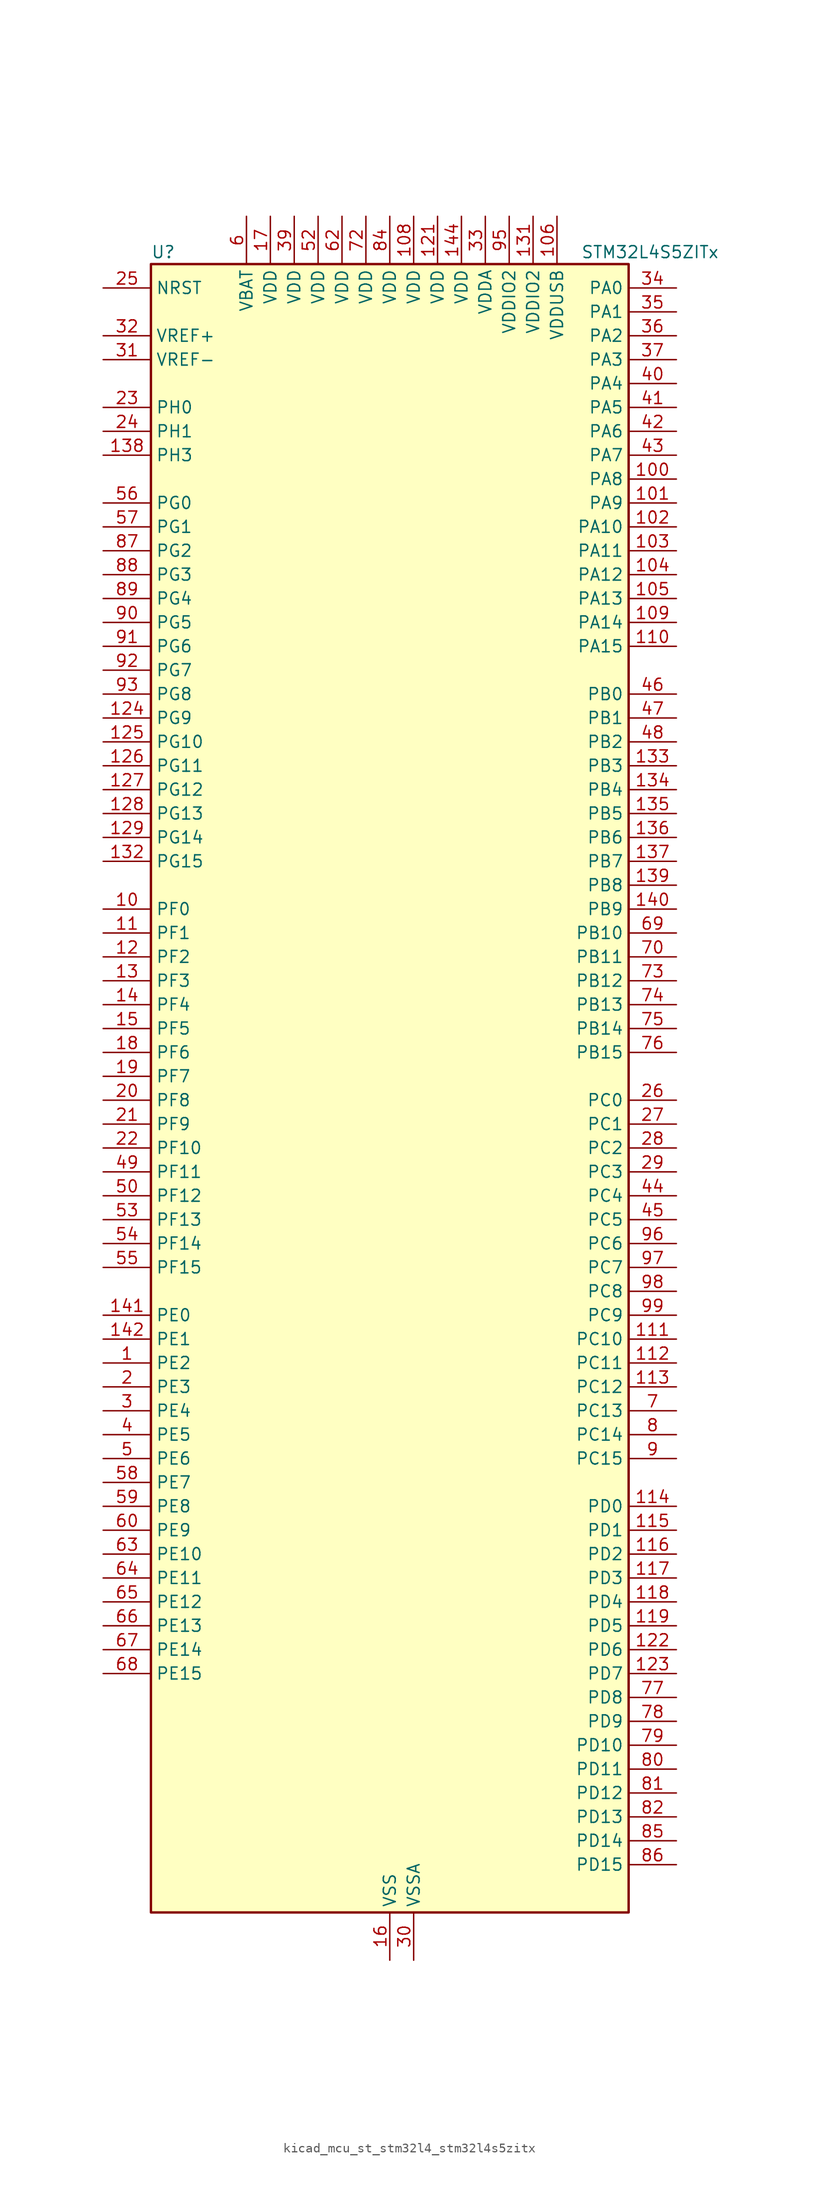
<source format=kicad_sym>
(kicad_symbol_lib
  (version 20220914)
  (generator kicad_symbol_editor)
  (symbol "kicad_mcu_st_stm32l4_stm32l4s5zitx"
    (property "Reference" "U"
      (at -25.4 90.17 0)
      (effects (font (size 1.27 1.27)) (justify left)))
    (property "Value" "STM32L4S5ZITx"
      (at 20.32 90.17 0)
      (effects (font (size 1.27 1.27)) (justify left)))
    (property "ki_locked" ""
      (at 0 0 0)
      (effects (font (size 1.27 1.27))))
    (symbol "kicad_mcu_st_stm32l4_stm32l4s5zitx_0_1"
      (rectangle (start -25.4 -86.36) (end 25.4 88.9) (stroke (width 0.254) (type default)) (fill (type background))))
    (symbol "kicad_mcu_st_stm32l4_stm32l4s5zitx_1_1"
      (pin bidirectional line (at -30.48 -27.94 0) (length 5.08) (name "PE2" (effects (font (size 1.27 1.27)))) (number "1" (effects (font (size 1.27 1.27)))) (alternate "FMC_A23" bidirectional line) (alternate "SAI1_CK1" bidirectional line) (alternate "SAI1_MCLK_A" bidirectional line) (alternate "SYS_TRACECLK" bidirectional line) (alternate "TIM3_ETR" bidirectional line) (alternate "TSC_G7_IO1" bidirectional line))
      (pin bidirectional line (at -30.48 20.32 0) (length 5.08) (name "PF0" (effects (font (size 1.27 1.27)))) (number "10" (effects (font (size 1.27 1.27)))) (alternate "FMC_A0" bidirectional line) (alternate "I2C2_SDA" bidirectional line) (alternate "OCTOSPIM_P2_IO0" bidirectional line))
      (pin bidirectional line (at 30.48 66.04 180) (length 5.08) (name "PA8" (effects (font (size 1.27 1.27)))) (number "100" (effects (font (size 1.27 1.27)))) (alternate "LPTIM2_OUT" bidirectional line) (alternate "RCC_MCO" bidirectional line) (alternate "SAI1_CK2" bidirectional line) (alternate "SAI1_SCK_A" bidirectional line) (alternate "TIM1_CH1" bidirectional line) (alternate "USART1_CK" bidirectional line) (alternate "USB_OTG_FS_SOF" bidirectional line))
      (pin bidirectional line (at 30.48 63.5 180) (length 5.08) (name "PA9" (effects (font (size 1.27 1.27)))) (number "101" (effects (font (size 1.27 1.27)))) (alternate "DAC1_EXTI9" bidirectional line) (alternate "DCMI_D0" bidirectional line) (alternate "SAI1_FS_A" bidirectional line) (alternate "SPI2_SCK" bidirectional line) (alternate "TIM15_BKIN" bidirectional line) (alternate "TIM1_CH2" bidirectional line) (alternate "USART1_TX" bidirectional line) (alternate "USB_OTG_FS_VBUS" bidirectional line))
      (pin bidirectional line (at 30.48 60.96 180) (length 5.08) (name "PA10" (effects (font (size 1.27 1.27)))) (number "102" (effects (font (size 1.27 1.27)))) (alternate "DCMI_D1" bidirectional line) (alternate "SAI1_D1" bidirectional line) (alternate "SAI1_SD_A" bidirectional line) (alternate "TIM17_BKIN" bidirectional line) (alternate "TIM1_CH3" bidirectional line) (alternate "USART1_RX" bidirectional line) (alternate "USB_OTG_FS_ID" bidirectional line))
      (pin bidirectional line (at 30.48 58.42 180) (length 5.08) (name "PA11" (effects (font (size 1.27 1.27)))) (number "103" (effects (font (size 1.27 1.27)))) (alternate "ADC1_EXTI11" bidirectional line) (alternate "CAN1_RX" bidirectional line) (alternate "SPI1_MISO" bidirectional line) (alternate "TIM1_BKIN2" bidirectional line) (alternate "TIM1_CH4" bidirectional line) (alternate "USART1_CTS" bidirectional line) (alternate "USART1_NSS" bidirectional line) (alternate "USB_OTG_FS_DM" bidirectional line))
      (pin bidirectional line (at 30.48 55.88 180) (length 5.08) (name "PA12" (effects (font (size 1.27 1.27)))) (number "104" (effects (font (size 1.27 1.27)))) (alternate "CAN1_TX" bidirectional line) (alternate "SPI1_MOSI" bidirectional line) (alternate "TIM1_ETR" bidirectional line) (alternate "USART1_DE" bidirectional line) (alternate "USART1_RTS" bidirectional line) (alternate "USB_OTG_FS_DP" bidirectional line))
      (pin bidirectional line (at 30.48 53.34 180) (length 5.08) (name "PA13" (effects (font (size 1.27 1.27)))) (number "105" (effects (font (size 1.27 1.27)))) (alternate "IR_OUT" bidirectional line) (alternate "SAI1_SD_B" bidirectional line) (alternate "SYS_JTMS-SWDIO" bidirectional line) (alternate "USB_OTG_FS_NOE" bidirectional line))
      (pin power_in line (at 17.78 93.98 270) (length 5.08) (name "VDDUSB" (effects (font (size 1.27 1.27)))) (number "106" (effects (font (size 1.27 1.27)))))
      (pin passive line (at 0 -91.44 90) (length 5.08) hide (name "VSS" (effects (font (size 1.27 1.27)))) (number "107" (effects (font (size 1.27 1.27)))))
      (pin power_in line (at 2.54 93.98 270) (length 5.08) (name "VDD" (effects (font (size 1.27 1.27)))) (number "108" (effects (font (size 1.27 1.27)))))
      (pin bidirectional line (at 30.48 50.8 180) (length 5.08) (name "PA14" (effects (font (size 1.27 1.27)))) (number "109" (effects (font (size 1.27 1.27)))) (alternate "I2C1_SMBA" bidirectional line) (alternate "I2C4_SMBA" bidirectional line) (alternate "LPTIM1_OUT" bidirectional line) (alternate "SAI1_FS_B" bidirectional line) (alternate "SYS_JTCK-SWCLK" bidirectional line) (alternate "USB_OTG_FS_SOF" bidirectional line))
      (pin bidirectional line (at -30.48 17.78 0) (length 5.08) (name "PF1" (effects (font (size 1.27 1.27)))) (number "11" (effects (font (size 1.27 1.27)))) (alternate "FMC_A1" bidirectional line) (alternate "I2C2_SCL" bidirectional line) (alternate "OCTOSPIM_P2_IO1" bidirectional line))
      (pin bidirectional line (at 30.48 48.26 180) (length 5.08) (name "PA15" (effects (font (size 1.27 1.27)))) (number "110" (effects (font (size 1.27 1.27)))) (alternate "ADC1_EXTI15" bidirectional line) (alternate "SAI2_FS_B" bidirectional line) (alternate "SPI1_NSS" bidirectional line) (alternate "SPI3_NSS" bidirectional line) (alternate "SYS_JTDI" bidirectional line) (alternate "TIM2_CH1" bidirectional line) (alternate "TIM2_ETR" bidirectional line) (alternate "TSC_G3_IO1" bidirectional line) (alternate "UART4_DE" bidirectional line) (alternate "UART4_RTS" bidirectional line) (alternate "USART2_RX" bidirectional line) (alternate "USART3_DE" bidirectional line) (alternate "USART3_RTS" bidirectional line))
      (pin bidirectional line (at 30.48 -25.4 180) (length 5.08) (name "PC10" (effects (font (size 1.27 1.27)))) (number "111" (effects (font (size 1.27 1.27)))) (alternate "DCMI_D8" bidirectional line) (alternate "SAI2_SCK_B" bidirectional line) (alternate "SDMMC1_D2" bidirectional line) (alternate "SPI3_SCK" bidirectional line) (alternate "SYS_TRACED1" bidirectional line) (alternate "TSC_G3_IO2" bidirectional line) (alternate "UART4_TX" bidirectional line) (alternate "USART3_TX" bidirectional line))
      (pin bidirectional line (at 30.48 -27.94 180) (length 5.08) (name "PC11" (effects (font (size 1.27 1.27)))) (number "112" (effects (font (size 1.27 1.27)))) (alternate "ADC1_EXTI11" bidirectional line) (alternate "DCMI_D2" bidirectional line) (alternate "DCMI_D4" bidirectional line) (alternate "OCTOSPIM_P1_NCS" bidirectional line) (alternate "SAI2_MCLK_B" bidirectional line) (alternate "SDMMC1_D3" bidirectional line) (alternate "SPI3_MISO" bidirectional line) (alternate "TSC_G3_IO3" bidirectional line) (alternate "UART4_RX" bidirectional line) (alternate "USART3_RX" bidirectional line))
      (pin bidirectional line (at 30.48 -30.48 180) (length 5.08) (name "PC12" (effects (font (size 1.27 1.27)))) (number "113" (effects (font (size 1.27 1.27)))) (alternate "DCMI_D9" bidirectional line) (alternate "SAI2_SD_B" bidirectional line) (alternate "SDMMC1_CK" bidirectional line) (alternate "SPI3_MOSI" bidirectional line) (alternate "SYS_TRACED3" bidirectional line) (alternate "TSC_G3_IO4" bidirectional line) (alternate "UART5_TX" bidirectional line) (alternate "USART3_CK" bidirectional line))
      (pin bidirectional line (at 30.48 -43.18 180) (length 5.08) (name "PD0" (effects (font (size 1.27 1.27)))) (number "114" (effects (font (size 1.27 1.27)))) (alternate "CAN1_RX" bidirectional line) (alternate "DFSDM1_DATIN7" bidirectional line) (alternate "FMC_D2" bidirectional line) (alternate "FMC_DA2" bidirectional line) (alternate "SPI2_NSS" bidirectional line))
      (pin bidirectional line (at 30.48 -45.72 180) (length 5.08) (name "PD1" (effects (font (size 1.27 1.27)))) (number "115" (effects (font (size 1.27 1.27)))) (alternate "CAN1_TX" bidirectional line) (alternate "DFSDM1_CKIN7" bidirectional line) (alternate "FMC_D3" bidirectional line) (alternate "FMC_DA3" bidirectional line) (alternate "SPI2_SCK" bidirectional line))
      (pin bidirectional line (at 30.48 -48.26 180) (length 5.08) (name "PD2" (effects (font (size 1.27 1.27)))) (number "116" (effects (font (size 1.27 1.27)))) (alternate "DCMI_D11" bidirectional line) (alternate "SDMMC1_CMD" bidirectional line) (alternate "SYS_TRACED2" bidirectional line) (alternate "TIM3_ETR" bidirectional line) (alternate "TSC_SYNC" bidirectional line) (alternate "UART5_RX" bidirectional line) (alternate "USART3_DE" bidirectional line) (alternate "USART3_RTS" bidirectional line))
      (pin bidirectional line (at 30.48 -50.8 180) (length 5.08) (name "PD3" (effects (font (size 1.27 1.27)))) (number "117" (effects (font (size 1.27 1.27)))) (alternate "DCMI_D5" bidirectional line) (alternate "DFSDM1_DATIN0" bidirectional line) (alternate "FMC_CLK" bidirectional line) (alternate "OCTOSPIM_P2_NCS" bidirectional line) (alternate "SPI2_MISO" bidirectional line) (alternate "SPI2_SCK" bidirectional line) (alternate "USART2_CTS" bidirectional line) (alternate "USART2_NSS" bidirectional line))
      (pin bidirectional line (at 30.48 -53.34 180) (length 5.08) (name "PD4" (effects (font (size 1.27 1.27)))) (number "118" (effects (font (size 1.27 1.27)))) (alternate "DFSDM1_CKIN0" bidirectional line) (alternate "FMC_NOE" bidirectional line) (alternate "OCTOSPIM_P1_IO4" bidirectional line) (alternate "SPI2_MOSI" bidirectional line) (alternate "USART2_DE" bidirectional line) (alternate "USART2_RTS" bidirectional line))
      (pin bidirectional line (at 30.48 -55.88 180) (length 5.08) (name "PD5" (effects (font (size 1.27 1.27)))) (number "119" (effects (font (size 1.27 1.27)))) (alternate "FMC_NWE" bidirectional line) (alternate "OCTOSPIM_P1_IO5" bidirectional line) (alternate "USART2_TX" bidirectional line))
      (pin bidirectional line (at -30.48 15.24 0) (length 5.08) (name "PF2" (effects (font (size 1.27 1.27)))) (number "12" (effects (font (size 1.27 1.27)))) (alternate "FMC_A2" bidirectional line) (alternate "I2C2_SMBA" bidirectional line) (alternate "OCTOSPIM_P2_IO2" bidirectional line))
      (pin passive line (at 0 -91.44 90) (length 5.08) hide (name "VSS" (effects (font (size 1.27 1.27)))) (number "120" (effects (font (size 1.27 1.27)))))
      (pin power_in line (at 5.08 93.98 270) (length 5.08) (name "VDD" (effects (font (size 1.27 1.27)))) (number "121" (effects (font (size 1.27 1.27)))))
      (pin bidirectional line (at 30.48 -58.42 180) (length 5.08) (name "PD6" (effects (font (size 1.27 1.27)))) (number "122" (effects (font (size 1.27 1.27)))) (alternate "DCMI_D10" bidirectional line) (alternate "DFSDM1_DATIN1" bidirectional line) (alternate "FMC_NWAIT" bidirectional line) (alternate "OCTOSPIM_P1_IO6" bidirectional line) (alternate "SAI1_D1" bidirectional line) (alternate "SAI1_SD_A" bidirectional line) (alternate "SPI3_MOSI" bidirectional line) (alternate "USART2_RX" bidirectional line))
      (pin bidirectional line (at 30.48 -60.96 180) (length 5.08) (name "PD7" (effects (font (size 1.27 1.27)))) (number "123" (effects (font (size 1.27 1.27)))) (alternate "DFSDM1_CKIN1" bidirectional line) (alternate "FMC_NCE" bidirectional line) (alternate "FMC_NE1" bidirectional line) (alternate "OCTOSPIM_P1_IO7" bidirectional line) (alternate "USART2_CK" bidirectional line))
      (pin bidirectional line (at -30.48 40.64 0) (length 5.08) (name "PG9" (effects (font (size 1.27 1.27)))) (number "124" (effects (font (size 1.27 1.27)))) (alternate "DAC1_EXTI9" bidirectional line) (alternate "FMC_NCE" bidirectional line) (alternate "FMC_NE2" bidirectional line) (alternate "OCTOSPIM_P2_IO6" bidirectional line) (alternate "SAI2_SCK_A" bidirectional line) (alternate "SPI3_SCK" bidirectional line) (alternate "TIM15_CH1N" bidirectional line) (alternate "USART1_TX" bidirectional line))
      (pin bidirectional line (at -30.48 38.1 0) (length 5.08) (name "PG10" (effects (font (size 1.27 1.27)))) (number "125" (effects (font (size 1.27 1.27)))) (alternate "FMC_NE3" bidirectional line) (alternate "LPTIM1_IN1" bidirectional line) (alternate "OCTOSPIM_P2_IO7" bidirectional line) (alternate "SAI2_FS_A" bidirectional line) (alternate "SPI3_MISO" bidirectional line) (alternate "TIM15_CH1" bidirectional line) (alternate "USART1_RX" bidirectional line))
      (pin bidirectional line (at -30.48 35.56 0) (length 5.08) (name "PG11" (effects (font (size 1.27 1.27)))) (number "126" (effects (font (size 1.27 1.27)))) (alternate "ADC1_EXTI11" bidirectional line) (alternate "LPTIM1_IN2" bidirectional line) (alternate "OCTOSPIM_P1_IO5" bidirectional line) (alternate "SAI2_MCLK_A" bidirectional line) (alternate "SPI3_MOSI" bidirectional line) (alternate "TIM15_CH2" bidirectional line) (alternate "USART1_CTS" bidirectional line) (alternate "USART1_NSS" bidirectional line))
      (pin bidirectional line (at -30.48 33.02 0) (length 5.08) (name "PG12" (effects (font (size 1.27 1.27)))) (number "127" (effects (font (size 1.27 1.27)))) (alternate "FMC_NE4" bidirectional line) (alternate "LPTIM1_ETR" bidirectional line) (alternate "OCTOSPIM_P2_NCS" bidirectional line) (alternate "SAI2_SD_A" bidirectional line) (alternate "SPI3_NSS" bidirectional line) (alternate "USART1_DE" bidirectional line) (alternate "USART1_RTS" bidirectional line))
      (pin bidirectional line (at -30.48 30.48 0) (length 5.08) (name "PG13" (effects (font (size 1.27 1.27)))) (number "128" (effects (font (size 1.27 1.27)))) (alternate "FMC_A24" bidirectional line) (alternate "I2C1_SDA" bidirectional line) (alternate "USART1_CK" bidirectional line))
      (pin bidirectional line (at -30.48 27.94 0) (length 5.08) (name "PG14" (effects (font (size 1.27 1.27)))) (number "129" (effects (font (size 1.27 1.27)))) (alternate "FMC_A25" bidirectional line) (alternate "I2C1_SCL" bidirectional line))
      (pin bidirectional line (at -30.48 12.7 0) (length 5.08) (name "PF3" (effects (font (size 1.27 1.27)))) (number "13" (effects (font (size 1.27 1.27)))) (alternate "FMC_A3" bidirectional line) (alternate "OCTOSPIM_P2_IO3" bidirectional line))
      (pin passive line (at 0 -91.44 90) (length 5.08) hide (name "VSS" (effects (font (size 1.27 1.27)))) (number "130" (effects (font (size 1.27 1.27)))))
      (pin power_in line (at 15.24 93.98 270) (length 5.08) (name "VDDIO2" (effects (font (size 1.27 1.27)))) (number "131" (effects (font (size 1.27 1.27)))))
      (pin bidirectional line (at -30.48 25.4 0) (length 5.08) (name "PG15" (effects (font (size 1.27 1.27)))) (number "132" (effects (font (size 1.27 1.27)))) (alternate "ADC1_EXTI15" bidirectional line) (alternate "DCMI_D13" bidirectional line) (alternate "I2C1_SMBA" bidirectional line) (alternate "LPTIM1_OUT" bidirectional line) (alternate "OCTOSPIM_P2_DQS" bidirectional line))
      (pin bidirectional line (at 30.48 35.56 180) (length 5.08) (name "PB3" (effects (font (size 1.27 1.27)))) (number "133" (effects (font (size 1.27 1.27)))) (alternate "COMP2_INM" bidirectional line) (alternate "CRS_SYNC" bidirectional line) (alternate "SAI1_SCK_B" bidirectional line) (alternate "SPI1_SCK" bidirectional line) (alternate "SPI3_SCK" bidirectional line) (alternate "SYS_JTDO-SWO" bidirectional line) (alternate "TIM2_CH2" bidirectional line) (alternate "USART1_DE" bidirectional line) (alternate "USART1_RTS" bidirectional line))
      (pin bidirectional line (at 30.48 33.02 180) (length 5.08) (name "PB4" (effects (font (size 1.27 1.27)))) (number "134" (effects (font (size 1.27 1.27)))) (alternate "COMP2_INP" bidirectional line) (alternate "DCMI_D12" bidirectional line) (alternate "I2C3_SDA" bidirectional line) (alternate "SAI1_MCLK_B" bidirectional line) (alternate "SPI1_MISO" bidirectional line) (alternate "SPI3_MISO" bidirectional line) (alternate "SYS_JTRST" bidirectional line) (alternate "TIM17_BKIN" bidirectional line) (alternate "TIM3_CH1" bidirectional line) (alternate "TSC_G2_IO1" bidirectional line) (alternate "UART5_DE" bidirectional line) (alternate "UART5_RTS" bidirectional line) (alternate "USART1_CTS" bidirectional line) (alternate "USART1_NSS" bidirectional line))
      (pin bidirectional line (at 30.48 30.48 180) (length 5.08) (name "PB5" (effects (font (size 1.27 1.27)))) (number "135" (effects (font (size 1.27 1.27)))) (alternate "COMP2_OUT" bidirectional line) (alternate "DCMI_D10" bidirectional line) (alternate "I2C1_SMBA" bidirectional line) (alternate "LPTIM1_IN1" bidirectional line) (alternate "SAI1_SD_B" bidirectional line) (alternate "SPI1_MOSI" bidirectional line) (alternate "SPI3_MOSI" bidirectional line) (alternate "TIM16_BKIN" bidirectional line) (alternate "TIM3_CH2" bidirectional line) (alternate "TSC_G2_IO2" bidirectional line) (alternate "UART5_CTS" bidirectional line) (alternate "USART1_CK" bidirectional line))
      (pin bidirectional line (at 30.48 27.94 180) (length 5.08) (name "PB6" (effects (font (size 1.27 1.27)))) (number "136" (effects (font (size 1.27 1.27)))) (alternate "COMP2_INP" bidirectional line) (alternate "DCMI_D5" bidirectional line) (alternate "DFSDM1_DATIN5" bidirectional line) (alternate "I2C1_SCL" bidirectional line) (alternate "I2C4_SCL" bidirectional line) (alternate "LPTIM1_ETR" bidirectional line) (alternate "SAI1_FS_B" bidirectional line) (alternate "TIM16_CH1N" bidirectional line) (alternate "TIM4_CH1" bidirectional line) (alternate "TIM8_BKIN2" bidirectional line) (alternate "TSC_G2_IO3" bidirectional line) (alternate "USART1_TX" bidirectional line))
      (pin bidirectional line (at 30.48 25.4 180) (length 5.08) (name "PB7" (effects (font (size 1.27 1.27)))) (number "137" (effects (font (size 1.27 1.27)))) (alternate "COMP2_INM" bidirectional line) (alternate "DCMI_VSYNC" bidirectional line) (alternate "DFSDM1_CKIN5" bidirectional line) (alternate "FMC_NL" bidirectional line) (alternate "I2C1_SDA" bidirectional line) (alternate "I2C4_SDA" bidirectional line) (alternate "LPTIM1_IN2" bidirectional line) (alternate "SYS_PVD_IN" bidirectional line) (alternate "TIM17_CH1N" bidirectional line) (alternate "TIM4_CH2" bidirectional line) (alternate "TIM8_BKIN" bidirectional line) (alternate "TSC_G2_IO4" bidirectional line) (alternate "UART4_CTS" bidirectional line) (alternate "USART1_RX" bidirectional line))
      (pin bidirectional line (at -30.48 68.58 0) (length 5.08) (name "PH3" (effects (font (size 1.27 1.27)))) (number "138" (effects (font (size 1.27 1.27)))))
      (pin bidirectional line (at 30.48 22.86 180) (length 5.08) (name "PB8" (effects (font (size 1.27 1.27)))) (number "139" (effects (font (size 1.27 1.27)))) (alternate "CAN1_RX" bidirectional line) (alternate "DCMI_D6" bidirectional line) (alternate "DFSDM1_CKOUT" bidirectional line) (alternate "DFSDM1_DATIN6" bidirectional line) (alternate "I2C1_SCL" bidirectional line) (alternate "SAI1_CK1" bidirectional line) (alternate "SAI1_MCLK_A" bidirectional line) (alternate "SDMMC1_CKIN" bidirectional line) (alternate "SDMMC1_D4" bidirectional line) (alternate "TIM16_CH1" bidirectional line) (alternate "TIM4_CH3" bidirectional line))
      (pin bidirectional line (at -30.48 10.16 0) (length 5.08) (name "PF4" (effects (font (size 1.27 1.27)))) (number "14" (effects (font (size 1.27 1.27)))) (alternate "FMC_A4" bidirectional line) (alternate "OCTOSPIM_P2_CLK" bidirectional line))
      (pin bidirectional line (at 30.48 20.32 180) (length 5.08) (name "PB9" (effects (font (size 1.27 1.27)))) (number "140" (effects (font (size 1.27 1.27)))) (alternate "CAN1_TX" bidirectional line) (alternate "DAC1_EXTI9" bidirectional line) (alternate "DCMI_D7" bidirectional line) (alternate "DFSDM1_CKIN6" bidirectional line) (alternate "I2C1_SDA" bidirectional line) (alternate "IR_OUT" bidirectional line) (alternate "SAI1_D2" bidirectional line) (alternate "SAI1_FS_A" bidirectional line) (alternate "SDMMC1_CDIR" bidirectional line) (alternate "SDMMC1_D5" bidirectional line) (alternate "SPI2_NSS" bidirectional line) (alternate "TIM17_CH1" bidirectional line) (alternate "TIM4_CH4" bidirectional line))
      (pin bidirectional line (at -30.48 -22.86 0) (length 5.08) (name "PE0" (effects (font (size 1.27 1.27)))) (number "141" (effects (font (size 1.27 1.27)))) (alternate "DCMI_D2" bidirectional line) (alternate "FMC_NBL0" bidirectional line) (alternate "TIM16_CH1" bidirectional line) (alternate "TIM4_ETR" bidirectional line))
      (pin bidirectional line (at -30.48 -25.4 0) (length 5.08) (name "PE1" (effects (font (size 1.27 1.27)))) (number "142" (effects (font (size 1.27 1.27)))) (alternate "DCMI_D3" bidirectional line) (alternate "FMC_NBL1" bidirectional line) (alternate "TIM17_CH1" bidirectional line))
      (pin passive line (at 0 -91.44 90) (length 5.08) hide (name "VSS" (effects (font (size 1.27 1.27)))) (number "143" (effects (font (size 1.27 1.27)))))
      (pin power_in line (at 7.62 93.98 270) (length 5.08) (name "VDD" (effects (font (size 1.27 1.27)))) (number "144" (effects (font (size 1.27 1.27)))))
      (pin bidirectional line (at -30.48 7.62 0) (length 5.08) (name "PF5" (effects (font (size 1.27 1.27)))) (number "15" (effects (font (size 1.27 1.27)))) (alternate "FMC_A5" bidirectional line))
      (pin power_in line (at 0 -91.44 90) (length 5.08) (name "VSS" (effects (font (size 1.27 1.27)))) (number "16" (effects (font (size 1.27 1.27)))))
      (pin power_in line (at -12.7 93.98 270) (length 5.08) (name "VDD" (effects (font (size 1.27 1.27)))) (number "17" (effects (font (size 1.27 1.27)))))
      (pin bidirectional line (at -30.48 5.08 0) (length 5.08) (name "PF6" (effects (font (size 1.27 1.27)))) (number "18" (effects (font (size 1.27 1.27)))) (alternate "OCTOSPIM_P1_IO3" bidirectional line) (alternate "SAI1_SD_B" bidirectional line) (alternate "TIM5_CH1" bidirectional line) (alternate "TIM5_ETR" bidirectional line))
      (pin bidirectional line (at -30.48 2.54 0) (length 5.08) (name "PF7" (effects (font (size 1.27 1.27)))) (number "19" (effects (font (size 1.27 1.27)))) (alternate "OCTOSPIM_P1_IO2" bidirectional line) (alternate "SAI1_MCLK_B" bidirectional line) (alternate "TIM5_CH2" bidirectional line))
      (pin bidirectional line (at -30.48 -30.48 0) (length 5.08) (name "PE3" (effects (font (size 1.27 1.27)))) (number "2" (effects (font (size 1.27 1.27)))) (alternate "FMC_A19" bidirectional line) (alternate "OCTOSPIM_P1_DQS" bidirectional line) (alternate "SAI1_SD_B" bidirectional line) (alternate "SYS_TRACED0" bidirectional line) (alternate "TIM3_CH1" bidirectional line) (alternate "TSC_G7_IO2" bidirectional line))
      (pin bidirectional line (at -30.48 0 0) (length 5.08) (name "PF8" (effects (font (size 1.27 1.27)))) (number "20" (effects (font (size 1.27 1.27)))) (alternate "OCTOSPIM_P1_IO0" bidirectional line) (alternate "SAI1_SCK_B" bidirectional line) (alternate "TIM5_CH3" bidirectional line))
      (pin bidirectional line (at -30.48 -2.54 0) (length 5.08) (name "PF9" (effects (font (size 1.27 1.27)))) (number "21" (effects (font (size 1.27 1.27)))) (alternate "DAC1_EXTI9" bidirectional line) (alternate "OCTOSPIM_P1_IO1" bidirectional line) (alternate "SAI1_FS_B" bidirectional line) (alternate "TIM15_CH1" bidirectional line) (alternate "TIM5_CH4" bidirectional line))
      (pin bidirectional line (at -30.48 -5.08 0) (length 5.08) (name "PF10" (effects (font (size 1.27 1.27)))) (number "22" (effects (font (size 1.27 1.27)))) (alternate "DCMI_D11" bidirectional line) (alternate "DFSDM1_CKOUT" bidirectional line) (alternate "OCTOSPIM_P1_CLK" bidirectional line) (alternate "SAI1_D3" bidirectional line) (alternate "TIM15_CH2" bidirectional line))
      (pin bidirectional line (at -30.48 73.66 0) (length 5.08) (name "PH0" (effects (font (size 1.27 1.27)))) (number "23" (effects (font (size 1.27 1.27)))) (alternate "RCC_OSC_IN" bidirectional line))
      (pin bidirectional line (at -30.48 71.12 0) (length 5.08) (name "PH1" (effects (font (size 1.27 1.27)))) (number "24" (effects (font (size 1.27 1.27)))) (alternate "RCC_OSC_OUT" bidirectional line))
      (pin input line (at -30.48 86.36 0) (length 5.08) (name "NRST" (effects (font (size 1.27 1.27)))) (number "25" (effects (font (size 1.27 1.27)))))
      (pin bidirectional line (at 30.48 0 180) (length 5.08) (name "PC0" (effects (font (size 1.27 1.27)))) (number "26" (effects (font (size 1.27 1.27)))) (alternate "ADC1_IN1" bidirectional line) (alternate "DFSDM1_DATIN4" bidirectional line) (alternate "I2C3_SCL" bidirectional line) (alternate "LPTIM1_IN1" bidirectional line) (alternate "LPTIM2_IN1" bidirectional line) (alternate "LPUART1_RX" bidirectional line) (alternate "SAI2_FS_A" bidirectional line))
      (pin bidirectional line (at 30.48 -2.54 180) (length 5.08) (name "PC1" (effects (font (size 1.27 1.27)))) (number "27" (effects (font (size 1.27 1.27)))) (alternate "ADC1_IN2" bidirectional line) (alternate "DFSDM1_CKIN4" bidirectional line) (alternate "I2C3_SDA" bidirectional line) (alternate "LPTIM1_OUT" bidirectional line) (alternate "LPUART1_TX" bidirectional line) (alternate "OCTOSPIM_P1_IO4" bidirectional line) (alternate "SAI1_SD_A" bidirectional line) (alternate "SPI2_MOSI" bidirectional line) (alternate "SYS_TRACED0" bidirectional line))
      (pin bidirectional line (at 30.48 -5.08 180) (length 5.08) (name "PC2" (effects (font (size 1.27 1.27)))) (number "28" (effects (font (size 1.27 1.27)))) (alternate "ADC1_IN3" bidirectional line) (alternate "DFSDM1_CKOUT" bidirectional line) (alternate "LPTIM1_IN2" bidirectional line) (alternate "OCTOSPIM_P1_IO5" bidirectional line) (alternate "SPI2_MISO" bidirectional line))
      (pin bidirectional line (at 30.48 -7.62 180) (length 5.08) (name "PC3" (effects (font (size 1.27 1.27)))) (number "29" (effects (font (size 1.27 1.27)))) (alternate "ADC1_IN4" bidirectional line) (alternate "LPTIM1_ETR" bidirectional line) (alternate "LPTIM2_ETR" bidirectional line) (alternate "OCTOSPIM_P1_IO6" bidirectional line) (alternate "SAI1_D1" bidirectional line) (alternate "SAI1_SD_A" bidirectional line) (alternate "SPI2_MOSI" bidirectional line))
      (pin bidirectional line (at -30.48 -33.02 0) (length 5.08) (name "PE4" (effects (font (size 1.27 1.27)))) (number "3" (effects (font (size 1.27 1.27)))) (alternate "DCMI_D4" bidirectional line) (alternate "DFSDM1_DATIN3" bidirectional line) (alternate "FMC_A20" bidirectional line) (alternate "SAI1_D2" bidirectional line) (alternate "SAI1_FS_A" bidirectional line) (alternate "SYS_TRACED1" bidirectional line) (alternate "TIM3_CH2" bidirectional line) (alternate "TSC_G7_IO3" bidirectional line))
      (pin power_in line (at 2.54 -91.44 90) (length 5.08) (name "VSSA" (effects (font (size 1.27 1.27)))) (number "30" (effects (font (size 1.27 1.27)))))
      (pin input line (at -30.48 78.74 0) (length 5.08) (name "VREF-" (effects (font (size 1.27 1.27)))) (number "31" (effects (font (size 1.27 1.27)))))
      (pin input line (at -30.48 81.28 0) (length 5.08) (name "VREF+" (effects (font (size 1.27 1.27)))) (number "32" (effects (font (size 1.27 1.27)))) (alternate "VREFBUF_OUT" bidirectional line))
      (pin power_in line (at 10.16 93.98 270) (length 5.08) (name "VDDA" (effects (font (size 1.27 1.27)))) (number "33" (effects (font (size 1.27 1.27)))))
      (pin bidirectional line (at 30.48 86.36 180) (length 5.08) (name "PA0" (effects (font (size 1.27 1.27)))) (number "34" (effects (font (size 1.27 1.27)))) (alternate "ADC1_IN5" bidirectional line) (alternate "OPAMP1_VINP" bidirectional line) (alternate "RTC_TAMP2" bidirectional line) (alternate "SAI1_EXTCLK" bidirectional line) (alternate "SYS_WKUP1" bidirectional line) (alternate "TIM2_CH1" bidirectional line) (alternate "TIM2_ETR" bidirectional line) (alternate "TIM5_CH1" bidirectional line) (alternate "TIM8_ETR" bidirectional line) (alternate "UART4_TX" bidirectional line) (alternate "USART2_CTS" bidirectional line) (alternate "USART2_NSS" bidirectional line))
      (pin bidirectional line (at 30.48 83.82 180) (length 5.08) (name "PA1" (effects (font (size 1.27 1.27)))) (number "35" (effects (font (size 1.27 1.27)))) (alternate "ADC1_IN6" bidirectional line) (alternate "I2C1_SMBA" bidirectional line) (alternate "OCTOSPIM_P1_DQS" bidirectional line) (alternate "OPAMP1_VINM" bidirectional line) (alternate "SPI1_SCK" bidirectional line) (alternate "TIM15_CH1N" bidirectional line) (alternate "TIM2_CH2" bidirectional line) (alternate "TIM5_CH2" bidirectional line) (alternate "UART4_RX" bidirectional line) (alternate "USART2_DE" bidirectional line) (alternate "USART2_RTS" bidirectional line))
      (pin bidirectional line (at 30.48 81.28 180) (length 5.08) (name "PA2" (effects (font (size 1.27 1.27)))) (number "36" (effects (font (size 1.27 1.27)))) (alternate "ADC1_IN7" bidirectional line) (alternate "LPUART1_TX" bidirectional line) (alternate "OCTOSPIM_P1_NCS" bidirectional line) (alternate "RCC_LSCO" bidirectional line) (alternate "SAI2_EXTCLK" bidirectional line) (alternate "SYS_WKUP4" bidirectional line) (alternate "TIM15_CH1" bidirectional line) (alternate "TIM2_CH3" bidirectional line) (alternate "TIM5_CH3" bidirectional line) (alternate "USART2_TX" bidirectional line))
      (pin bidirectional line (at 30.48 78.74 180) (length 5.08) (name "PA3" (effects (font (size 1.27 1.27)))) (number "37" (effects (font (size 1.27 1.27)))) (alternate "ADC1_IN8" bidirectional line) (alternate "LPUART1_RX" bidirectional line) (alternate "OCTOSPIM_P1_CLK" bidirectional line) (alternate "OPAMP1_VOUT" bidirectional line) (alternate "SAI1_CK1" bidirectional line) (alternate "SAI1_MCLK_A" bidirectional line) (alternate "TIM15_CH2" bidirectional line) (alternate "TIM2_CH4" bidirectional line) (alternate "TIM5_CH4" bidirectional line) (alternate "USART2_RX" bidirectional line))
      (pin passive line (at 0 -91.44 90) (length 5.08) hide (name "VSS" (effects (font (size 1.27 1.27)))) (number "38" (effects (font (size 1.27 1.27)))))
      (pin power_in line (at -10.16 93.98 270) (length 5.08) (name "VDD" (effects (font (size 1.27 1.27)))) (number "39" (effects (font (size 1.27 1.27)))))
      (pin bidirectional line (at -30.48 -35.56 0) (length 5.08) (name "PE5" (effects (font (size 1.27 1.27)))) (number "4" (effects (font (size 1.27 1.27)))) (alternate "DCMI_D6" bidirectional line) (alternate "DFSDM1_CKIN3" bidirectional line) (alternate "FMC_A21" bidirectional line) (alternate "SAI1_CK2" bidirectional line) (alternate "SAI1_SCK_A" bidirectional line) (alternate "SYS_TRACED2" bidirectional line) (alternate "TIM3_CH3" bidirectional line) (alternate "TSC_G7_IO4" bidirectional line))
      (pin bidirectional line (at 30.48 76.2 180) (length 5.08) (name "PA4" (effects (font (size 1.27 1.27)))) (number "40" (effects (font (size 1.27 1.27)))) (alternate "ADC1_IN9" bidirectional line) (alternate "DAC1_OUT1" bidirectional line) (alternate "DCMI_HSYNC" bidirectional line) (alternate "LPTIM2_OUT" bidirectional line) (alternate "OCTOSPIM_P1_NCS" bidirectional line) (alternate "SAI1_FS_B" bidirectional line) (alternate "SPI1_NSS" bidirectional line) (alternate "SPI3_NSS" bidirectional line) (alternate "USART2_CK" bidirectional line))
      (pin bidirectional line (at 30.48 73.66 180) (length 5.08) (name "PA5" (effects (font (size 1.27 1.27)))) (number "41" (effects (font (size 1.27 1.27)))) (alternate "ADC1_IN10" bidirectional line) (alternate "DAC1_OUT2" bidirectional line) (alternate "LPTIM2_ETR" bidirectional line) (alternate "SPI1_SCK" bidirectional line) (alternate "TIM2_CH1" bidirectional line) (alternate "TIM2_ETR" bidirectional line) (alternate "TIM8_CH1N" bidirectional line))
      (pin bidirectional line (at 30.48 71.12 180) (length 5.08) (name "PA6" (effects (font (size 1.27 1.27)))) (number "42" (effects (font (size 1.27 1.27)))) (alternate "ADC1_IN11" bidirectional line) (alternate "DCMI_PIXCLK" bidirectional line) (alternate "LPUART1_CTS" bidirectional line) (alternate "OCTOSPIM_P1_IO3" bidirectional line) (alternate "OPAMP2_VINP" bidirectional line) (alternate "SPI1_MISO" bidirectional line) (alternate "TIM16_CH1" bidirectional line) (alternate "TIM1_BKIN" bidirectional line) (alternate "TIM3_CH1" bidirectional line) (alternate "TIM8_BKIN" bidirectional line) (alternate "USART3_CTS" bidirectional line) (alternate "USART3_NSS" bidirectional line))
      (pin bidirectional line (at 30.48 68.58 180) (length 5.08) (name "PA7" (effects (font (size 1.27 1.27)))) (number "43" (effects (font (size 1.27 1.27)))) (alternate "ADC1_IN12" bidirectional line) (alternate "I2C3_SCL" bidirectional line) (alternate "OCTOSPIM_P1_IO2" bidirectional line) (alternate "OPAMP2_VINM" bidirectional line) (alternate "SPI1_MOSI" bidirectional line) (alternate "TIM17_CH1" bidirectional line) (alternate "TIM1_CH1N" bidirectional line) (alternate "TIM3_CH2" bidirectional line) (alternate "TIM8_CH1N" bidirectional line))
      (pin bidirectional line (at 30.48 -10.16 180) (length 5.08) (name "PC4" (effects (font (size 1.27 1.27)))) (number "44" (effects (font (size 1.27 1.27)))) (alternate "ADC1_IN13" bidirectional line) (alternate "COMP1_INM" bidirectional line) (alternate "OCTOSPIM_P1_IO7" bidirectional line) (alternate "USART3_TX" bidirectional line))
      (pin bidirectional line (at 30.48 -12.7 180) (length 5.08) (name "PC5" (effects (font (size 1.27 1.27)))) (number "45" (effects (font (size 1.27 1.27)))) (alternate "ADC1_IN14" bidirectional line) (alternate "COMP1_INP" bidirectional line) (alternate "SAI1_D3" bidirectional line) (alternate "SYS_WKUP5" bidirectional line) (alternate "USART3_RX" bidirectional line))
      (pin bidirectional line (at 30.48 43.18 180) (length 5.08) (name "PB0" (effects (font (size 1.27 1.27)))) (number "46" (effects (font (size 1.27 1.27)))) (alternate "ADC1_IN15" bidirectional line) (alternate "COMP1_OUT" bidirectional line) (alternate "OCTOSPIM_P1_IO1" bidirectional line) (alternate "OPAMP2_VOUT" bidirectional line) (alternate "SAI1_EXTCLK" bidirectional line) (alternate "SPI1_NSS" bidirectional line) (alternate "TIM1_CH2N" bidirectional line) (alternate "TIM3_CH3" bidirectional line) (alternate "TIM8_CH2N" bidirectional line) (alternate "USART3_CK" bidirectional line))
      (pin bidirectional line (at 30.48 40.64 180) (length 5.08) (name "PB1" (effects (font (size 1.27 1.27)))) (number "47" (effects (font (size 1.27 1.27)))) (alternate "ADC1_IN16" bidirectional line) (alternate "COMP1_INM" bidirectional line) (alternate "DFSDM1_DATIN0" bidirectional line) (alternate "LPTIM2_IN1" bidirectional line) (alternate "LPUART1_DE" bidirectional line) (alternate "LPUART1_RTS" bidirectional line) (alternate "OCTOSPIM_P1_IO0" bidirectional line) (alternate "TIM1_CH3N" bidirectional line) (alternate "TIM3_CH4" bidirectional line) (alternate "TIM8_CH3N" bidirectional line) (alternate "USART3_DE" bidirectional line) (alternate "USART3_RTS" bidirectional line))
      (pin bidirectional line (at 30.48 38.1 180) (length 5.08) (name "PB2" (effects (font (size 1.27 1.27)))) (number "48" (effects (font (size 1.27 1.27)))) (alternate "COMP1_INP" bidirectional line) (alternate "DFSDM1_CKIN0" bidirectional line) (alternate "I2C3_SMBA" bidirectional line) (alternate "LPTIM1_OUT" bidirectional line) (alternate "OCTOSPIM_P1_DQS" bidirectional line) (alternate "RTC_OUT_ALARM" bidirectional line) (alternate "RTC_OUT_CALIB" bidirectional line))
      (pin bidirectional line (at -30.48 -7.62 0) (length 5.08) (name "PF11" (effects (font (size 1.27 1.27)))) (number "49" (effects (font (size 1.27 1.27)))) (alternate "ADC1_EXTI11" bidirectional line) (alternate "DCMI_D12" bidirectional line))
      (pin bidirectional line (at -30.48 -38.1 0) (length 5.08) (name "PE6" (effects (font (size 1.27 1.27)))) (number "5" (effects (font (size 1.27 1.27)))) (alternate "DCMI_D7" bidirectional line) (alternate "FMC_A22" bidirectional line) (alternate "RTC_TAMP3" bidirectional line) (alternate "SAI1_D1" bidirectional line) (alternate "SAI1_SD_A" bidirectional line) (alternate "SYS_TRACED3" bidirectional line) (alternate "SYS_WKUP3" bidirectional line) (alternate "TIM3_CH4" bidirectional line))
      (pin bidirectional line (at -30.48 -10.16 0) (length 5.08) (name "PF12" (effects (font (size 1.27 1.27)))) (number "50" (effects (font (size 1.27 1.27)))) (alternate "FMC_A6" bidirectional line) (alternate "OCTOSPIM_P2_DQS" bidirectional line))
      (pin passive line (at 0 -91.44 90) (length 5.08) hide (name "VSS" (effects (font (size 1.27 1.27)))) (number "51" (effects (font (size 1.27 1.27)))))
      (pin power_in line (at -7.62 93.98 270) (length 5.08) (name "VDD" (effects (font (size 1.27 1.27)))) (number "52" (effects (font (size 1.27 1.27)))))
      (pin bidirectional line (at -30.48 -12.7 0) (length 5.08) (name "PF13" (effects (font (size 1.27 1.27)))) (number "53" (effects (font (size 1.27 1.27)))) (alternate "DFSDM1_DATIN6" bidirectional line) (alternate "FMC_A7" bidirectional line) (alternate "I2C4_SMBA" bidirectional line))
      (pin bidirectional line (at -30.48 -15.24 0) (length 5.08) (name "PF14" (effects (font (size 1.27 1.27)))) (number "54" (effects (font (size 1.27 1.27)))) (alternate "DFSDM1_CKIN6" bidirectional line) (alternate "FMC_A8" bidirectional line) (alternate "I2C4_SCL" bidirectional line) (alternate "TSC_G8_IO1" bidirectional line))
      (pin bidirectional line (at -30.48 -17.78 0) (length 5.08) (name "PF15" (effects (font (size 1.27 1.27)))) (number "55" (effects (font (size 1.27 1.27)))) (alternate "ADC1_EXTI15" bidirectional line) (alternate "FMC_A9" bidirectional line) (alternate "I2C4_SDA" bidirectional line) (alternate "TSC_G8_IO2" bidirectional line))
      (pin bidirectional line (at -30.48 63.5 0) (length 5.08) (name "PG0" (effects (font (size 1.27 1.27)))) (number "56" (effects (font (size 1.27 1.27)))) (alternate "FMC_A10" bidirectional line) (alternate "OCTOSPIM_P2_IO4" bidirectional line) (alternate "TSC_G8_IO3" bidirectional line))
      (pin bidirectional line (at -30.48 60.96 0) (length 5.08) (name "PG1" (effects (font (size 1.27 1.27)))) (number "57" (effects (font (size 1.27 1.27)))) (alternate "FMC_A11" bidirectional line) (alternate "OCTOSPIM_P2_IO5" bidirectional line) (alternate "TSC_G8_IO4" bidirectional line))
      (pin bidirectional line (at -30.48 -40.64 0) (length 5.08) (name "PE7" (effects (font (size 1.27 1.27)))) (number "58" (effects (font (size 1.27 1.27)))) (alternate "DFSDM1_DATIN2" bidirectional line) (alternate "FMC_D4" bidirectional line) (alternate "FMC_DA4" bidirectional line) (alternate "SAI1_SD_B" bidirectional line) (alternate "TIM1_ETR" bidirectional line))
      (pin bidirectional line (at -30.48 -43.18 0) (length 5.08) (name "PE8" (effects (font (size 1.27 1.27)))) (number "59" (effects (font (size 1.27 1.27)))) (alternate "DFSDM1_CKIN2" bidirectional line) (alternate "FMC_D5" bidirectional line) (alternate "FMC_DA5" bidirectional line) (alternate "SAI1_SCK_B" bidirectional line) (alternate "TIM1_CH1N" bidirectional line))
      (pin power_in line (at -15.24 93.98 270) (length 5.08) (name "VBAT" (effects (font (size 1.27 1.27)))) (number "6" (effects (font (size 1.27 1.27)))))
      (pin bidirectional line (at -30.48 -45.72 0) (length 5.08) (name "PE9" (effects (font (size 1.27 1.27)))) (number "60" (effects (font (size 1.27 1.27)))) (alternate "DAC1_EXTI9" bidirectional line) (alternate "DFSDM1_CKOUT" bidirectional line) (alternate "FMC_D6" bidirectional line) (alternate "FMC_DA6" bidirectional line) (alternate "SAI1_FS_B" bidirectional line) (alternate "TIM1_CH1" bidirectional line))
      (pin passive line (at 0 -91.44 90) (length 5.08) hide (name "VSS" (effects (font (size 1.27 1.27)))) (number "61" (effects (font (size 1.27 1.27)))))
      (pin power_in line (at -5.08 93.98 270) (length 5.08) (name "VDD" (effects (font (size 1.27 1.27)))) (number "62" (effects (font (size 1.27 1.27)))))
      (pin bidirectional line (at -30.48 -48.26 0) (length 5.08) (name "PE10" (effects (font (size 1.27 1.27)))) (number "63" (effects (font (size 1.27 1.27)))) (alternate "DFSDM1_DATIN4" bidirectional line) (alternate "FMC_D7" bidirectional line) (alternate "FMC_DA7" bidirectional line) (alternate "OCTOSPIM_P1_CLK" bidirectional line) (alternate "SAI1_MCLK_B" bidirectional line) (alternate "TIM1_CH2N" bidirectional line) (alternate "TSC_G5_IO1" bidirectional line))
      (pin bidirectional line (at -30.48 -50.8 0) (length 5.08) (name "PE11" (effects (font (size 1.27 1.27)))) (number "64" (effects (font (size 1.27 1.27)))) (alternate "ADC1_EXTI11" bidirectional line) (alternate "DFSDM1_CKIN4" bidirectional line) (alternate "FMC_D8" bidirectional line) (alternate "FMC_DA8" bidirectional line) (alternate "OCTOSPIM_P1_NCS" bidirectional line) (alternate "TIM1_CH2" bidirectional line) (alternate "TSC_G5_IO2" bidirectional line))
      (pin bidirectional line (at -30.48 -53.34 0) (length 5.08) (name "PE12" (effects (font (size 1.27 1.27)))) (number "65" (effects (font (size 1.27 1.27)))) (alternate "DFSDM1_DATIN5" bidirectional line) (alternate "FMC_D9" bidirectional line) (alternate "FMC_DA9" bidirectional line) (alternate "OCTOSPIM_P1_IO0" bidirectional line) (alternate "SPI1_NSS" bidirectional line) (alternate "TIM1_CH3N" bidirectional line) (alternate "TSC_G5_IO3" bidirectional line))
      (pin bidirectional line (at -30.48 -55.88 0) (length 5.08) (name "PE13" (effects (font (size 1.27 1.27)))) (number "66" (effects (font (size 1.27 1.27)))) (alternate "DFSDM1_CKIN5" bidirectional line) (alternate "FMC_D10" bidirectional line) (alternate "FMC_DA10" bidirectional line) (alternate "OCTOSPIM_P1_IO1" bidirectional line) (alternate "SPI1_SCK" bidirectional line) (alternate "TIM1_CH3" bidirectional line) (alternate "TSC_G5_IO4" bidirectional line))
      (pin bidirectional line (at -30.48 -58.42 0) (length 5.08) (name "PE14" (effects (font (size 1.27 1.27)))) (number "67" (effects (font (size 1.27 1.27)))) (alternate "FMC_D11" bidirectional line) (alternate "FMC_DA11" bidirectional line) (alternate "OCTOSPIM_P1_IO2" bidirectional line) (alternate "SPI1_MISO" bidirectional line) (alternate "TIM1_BKIN2" bidirectional line) (alternate "TIM1_CH4" bidirectional line))
      (pin bidirectional line (at -30.48 -60.96 0) (length 5.08) (name "PE15" (effects (font (size 1.27 1.27)))) (number "68" (effects (font (size 1.27 1.27)))) (alternate "ADC1_EXTI15" bidirectional line) (alternate "FMC_D12" bidirectional line) (alternate "FMC_DA12" bidirectional line) (alternate "OCTOSPIM_P1_IO3" bidirectional line) (alternate "SPI1_MOSI" bidirectional line) (alternate "TIM1_BKIN" bidirectional line))
      (pin bidirectional line (at 30.48 17.78 180) (length 5.08) (name "PB10" (effects (font (size 1.27 1.27)))) (number "69" (effects (font (size 1.27 1.27)))) (alternate "COMP1_OUT" bidirectional line) (alternate "DFSDM1_DATIN7" bidirectional line) (alternate "I2C2_SCL" bidirectional line) (alternate "I2C4_SCL" bidirectional line) (alternate "LPUART1_RX" bidirectional line) (alternate "OCTOSPIM_P1_CLK" bidirectional line) (alternate "SAI1_SCK_A" bidirectional line) (alternate "SPI2_SCK" bidirectional line) (alternate "TIM2_CH3" bidirectional line) (alternate "TSC_SYNC" bidirectional line) (alternate "USART3_TX" bidirectional line))
      (pin bidirectional line (at 30.48 -33.02 180) (length 5.08) (name "PC13" (effects (font (size 1.27 1.27)))) (number "7" (effects (font (size 1.27 1.27)))) (alternate "RTC_OUT_ALARM" bidirectional line) (alternate "RTC_OUT_CALIB" bidirectional line) (alternate "RTC_TAMP1" bidirectional line) (alternate "RTC_TS" bidirectional line) (alternate "SYS_WKUP2" bidirectional line))
      (pin bidirectional line (at 30.48 15.24 180) (length 5.08) (name "PB11" (effects (font (size 1.27 1.27)))) (number "70" (effects (font (size 1.27 1.27)))) (alternate "ADC1_EXTI11" bidirectional line) (alternate "COMP2_OUT" bidirectional line) (alternate "DFSDM1_CKIN7" bidirectional line) (alternate "I2C2_SDA" bidirectional line) (alternate "I2C4_SDA" bidirectional line) (alternate "LPUART1_TX" bidirectional line) (alternate "OCTOSPIM_P1_NCS" bidirectional line) (alternate "TIM2_CH4" bidirectional line) (alternate "USART3_RX" bidirectional line))
      (pin passive line (at 0 -91.44 90) (length 5.08) hide (name "VSS" (effects (font (size 1.27 1.27)))) (number "71" (effects (font (size 1.27 1.27)))))
      (pin power_in line (at -2.54 93.98 270) (length 5.08) (name "VDD" (effects (font (size 1.27 1.27)))) (number "72" (effects (font (size 1.27 1.27)))))
      (pin bidirectional line (at 30.48 12.7 180) (length 5.08) (name "PB12" (effects (font (size 1.27 1.27)))) (number "73" (effects (font (size 1.27 1.27)))) (alternate "DFSDM1_DATIN1" bidirectional line) (alternate "I2C2_SMBA" bidirectional line) (alternate "LPUART1_DE" bidirectional line) (alternate "LPUART1_RTS" bidirectional line) (alternate "SAI2_FS_A" bidirectional line) (alternate "SPI2_NSS" bidirectional line) (alternate "TIM15_BKIN" bidirectional line) (alternate "TIM1_BKIN" bidirectional line) (alternate "TSC_G1_IO1" bidirectional line) (alternate "USART3_CK" bidirectional line))
      (pin bidirectional line (at 30.48 10.16 180) (length 5.08) (name "PB13" (effects (font (size 1.27 1.27)))) (number "74" (effects (font (size 1.27 1.27)))) (alternate "DFSDM1_CKIN1" bidirectional line) (alternate "I2C2_SCL" bidirectional line) (alternate "LPUART1_CTS" bidirectional line) (alternate "SAI2_SCK_A" bidirectional line) (alternate "SPI2_SCK" bidirectional line) (alternate "TIM15_CH1N" bidirectional line) (alternate "TIM1_CH1N" bidirectional line) (alternate "TSC_G1_IO2" bidirectional line) (alternate "USART3_CTS" bidirectional line) (alternate "USART3_NSS" bidirectional line))
      (pin bidirectional line (at 30.48 7.62 180) (length 5.08) (name "PB14" (effects (font (size 1.27 1.27)))) (number "75" (effects (font (size 1.27 1.27)))) (alternate "DFSDM1_DATIN2" bidirectional line) (alternate "I2C2_SDA" bidirectional line) (alternate "SAI2_MCLK_A" bidirectional line) (alternate "SPI2_MISO" bidirectional line) (alternate "TIM15_CH1" bidirectional line) (alternate "TIM1_CH2N" bidirectional line) (alternate "TIM8_CH2N" bidirectional line) (alternate "TSC_G1_IO3" bidirectional line) (alternate "USART3_DE" bidirectional line) (alternate "USART3_RTS" bidirectional line))
      (pin bidirectional line (at 30.48 5.08 180) (length 5.08) (name "PB15" (effects (font (size 1.27 1.27)))) (number "76" (effects (font (size 1.27 1.27)))) (alternate "ADC1_EXTI15" bidirectional line) (alternate "DFSDM1_CKIN2" bidirectional line) (alternate "RTC_REFIN" bidirectional line) (alternate "SAI2_SD_A" bidirectional line) (alternate "SPI2_MOSI" bidirectional line) (alternate "TIM15_CH2" bidirectional line) (alternate "TIM1_CH3N" bidirectional line) (alternate "TIM8_CH3N" bidirectional line) (alternate "TSC_G1_IO4" bidirectional line))
      (pin bidirectional line (at 30.48 -63.5 180) (length 5.08) (name "PD8" (effects (font (size 1.27 1.27)))) (number "77" (effects (font (size 1.27 1.27)))) (alternate "DCMI_HSYNC" bidirectional line) (alternate "FMC_D13" bidirectional line) (alternate "FMC_DA13" bidirectional line) (alternate "USART3_TX" bidirectional line))
      (pin bidirectional line (at 30.48 -66.04 180) (length 5.08) (name "PD9" (effects (font (size 1.27 1.27)))) (number "78" (effects (font (size 1.27 1.27)))) (alternate "DAC1_EXTI9" bidirectional line) (alternate "DCMI_PIXCLK" bidirectional line) (alternate "FMC_D14" bidirectional line) (alternate "FMC_DA14" bidirectional line) (alternate "SAI2_MCLK_A" bidirectional line) (alternate "USART3_RX" bidirectional line))
      (pin bidirectional line (at 30.48 -68.58 180) (length 5.08) (name "PD10" (effects (font (size 1.27 1.27)))) (number "79" (effects (font (size 1.27 1.27)))) (alternate "FMC_D15" bidirectional line) (alternate "FMC_DA15" bidirectional line) (alternate "SAI2_SCK_A" bidirectional line) (alternate "TSC_G6_IO1" bidirectional line) (alternate "USART3_CK" bidirectional line))
      (pin bidirectional line (at 30.48 -35.56 180) (length 5.08) (name "PC14" (effects (font (size 1.27 1.27)))) (number "8" (effects (font (size 1.27 1.27)))) (alternate "RCC_OSC32_IN" bidirectional line))
      (pin bidirectional line (at 30.48 -71.12 180) (length 5.08) (name "PD11" (effects (font (size 1.27 1.27)))) (number "80" (effects (font (size 1.27 1.27)))) (alternate "ADC1_EXTI11" bidirectional line) (alternate "FMC_A16" bidirectional line) (alternate "FMC_CLE" bidirectional line) (alternate "I2C4_SMBA" bidirectional line) (alternate "LPTIM2_ETR" bidirectional line) (alternate "SAI2_SD_A" bidirectional line) (alternate "TSC_G6_IO2" bidirectional line) (alternate "USART3_CTS" bidirectional line) (alternate "USART3_NSS" bidirectional line))
      (pin bidirectional line (at 30.48 -73.66 180) (length 5.08) (name "PD12" (effects (font (size 1.27 1.27)))) (number "81" (effects (font (size 1.27 1.27)))) (alternate "FMC_A17" bidirectional line) (alternate "FMC_ALE" bidirectional line) (alternate "I2C4_SCL" bidirectional line) (alternate "LPTIM2_IN1" bidirectional line) (alternate "SAI2_FS_A" bidirectional line) (alternate "TIM4_CH1" bidirectional line) (alternate "TSC_G6_IO3" bidirectional line) (alternate "USART3_DE" bidirectional line) (alternate "USART3_RTS" bidirectional line))
      (pin bidirectional line (at 30.48 -76.2 180) (length 5.08) (name "PD13" (effects (font (size 1.27 1.27)))) (number "82" (effects (font (size 1.27 1.27)))) (alternate "FMC_A18" bidirectional line) (alternate "I2C4_SDA" bidirectional line) (alternate "LPTIM2_OUT" bidirectional line) (alternate "TIM4_CH2" bidirectional line) (alternate "TSC_G6_IO4" bidirectional line))
      (pin passive line (at 0 -91.44 90) (length 5.08) hide (name "VSS" (effects (font (size 1.27 1.27)))) (number "83" (effects (font (size 1.27 1.27)))))
      (pin power_in line (at 0 93.98 270) (length 5.08) (name "VDD" (effects (font (size 1.27 1.27)))) (number "84" (effects (font (size 1.27 1.27)))))
      (pin bidirectional line (at 30.48 -78.74 180) (length 5.08) (name "PD14" (effects (font (size 1.27 1.27)))) (number "85" (effects (font (size 1.27 1.27)))) (alternate "FMC_D0" bidirectional line) (alternate "FMC_DA0" bidirectional line) (alternate "TIM4_CH3" bidirectional line))
      (pin bidirectional line (at 30.48 -81.28 180) (length 5.08) (name "PD15" (effects (font (size 1.27 1.27)))) (number "86" (effects (font (size 1.27 1.27)))) (alternate "ADC1_EXTI15" bidirectional line) (alternate "FMC_D1" bidirectional line) (alternate "FMC_DA1" bidirectional line) (alternate "TIM4_CH4" bidirectional line))
      (pin bidirectional line (at -30.48 58.42 0) (length 5.08) (name "PG2" (effects (font (size 1.27 1.27)))) (number "87" (effects (font (size 1.27 1.27)))) (alternate "FMC_A12" bidirectional line) (alternate "SAI2_SCK_B" bidirectional line) (alternate "SPI1_SCK" bidirectional line))
      (pin bidirectional line (at -30.48 55.88 0) (length 5.08) (name "PG3" (effects (font (size 1.27 1.27)))) (number "88" (effects (font (size 1.27 1.27)))) (alternate "FMC_A13" bidirectional line) (alternate "SAI2_FS_B" bidirectional line) (alternate "SPI1_MISO" bidirectional line))
      (pin bidirectional line (at -30.48 53.34 0) (length 5.08) (name "PG4" (effects (font (size 1.27 1.27)))) (number "89" (effects (font (size 1.27 1.27)))) (alternate "FMC_A14" bidirectional line) (alternate "SAI2_MCLK_B" bidirectional line) (alternate "SPI1_MOSI" bidirectional line))
      (pin bidirectional line (at 30.48 -38.1 180) (length 5.08) (name "PC15" (effects (font (size 1.27 1.27)))) (number "9" (effects (font (size 1.27 1.27)))) (alternate "ADC1_EXTI15" bidirectional line) (alternate "RCC_OSC32_OUT" bidirectional line))
      (pin bidirectional line (at -30.48 50.8 0) (length 5.08) (name "PG5" (effects (font (size 1.27 1.27)))) (number "90" (effects (font (size 1.27 1.27)))) (alternate "FMC_A15" bidirectional line) (alternate "LPUART1_CTS" bidirectional line) (alternate "SAI2_SD_B" bidirectional line) (alternate "SPI1_NSS" bidirectional line))
      (pin bidirectional line (at -30.48 48.26 0) (length 5.08) (name "PG6" (effects (font (size 1.27 1.27)))) (number "91" (effects (font (size 1.27 1.27)))) (alternate "I2C3_SMBA" bidirectional line) (alternate "LPUART1_DE" bidirectional line) (alternate "LPUART1_RTS" bidirectional line) (alternate "OCTOSPIM_P1_DQS" bidirectional line))
      (pin bidirectional line (at -30.48 45.72 0) (length 5.08) (name "PG7" (effects (font (size 1.27 1.27)))) (number "92" (effects (font (size 1.27 1.27)))) (alternate "DFSDM1_CKOUT" bidirectional line) (alternate "FMC_INT" bidirectional line) (alternate "I2C3_SCL" bidirectional line) (alternate "LPUART1_TX" bidirectional line) (alternate "OCTOSPIM_P2_DQS" bidirectional line) (alternate "SAI1_CK1" bidirectional line) (alternate "SAI1_MCLK_A" bidirectional line))
      (pin bidirectional line (at -30.48 43.18 0) (length 5.08) (name "PG8" (effects (font (size 1.27 1.27)))) (number "93" (effects (font (size 1.27 1.27)))) (alternate "I2C3_SDA" bidirectional line) (alternate "LPUART1_RX" bidirectional line))
      (pin passive line (at 0 -91.44 90) (length 5.08) hide (name "VSS" (effects (font (size 1.27 1.27)))) (number "94" (effects (font (size 1.27 1.27)))))
      (pin power_in line (at 12.7 93.98 270) (length 5.08) (name "VDDIO2" (effects (font (size 1.27 1.27)))) (number "95" (effects (font (size 1.27 1.27)))))
      (pin bidirectional line (at 30.48 -15.24 180) (length 5.08) (name "PC6" (effects (font (size 1.27 1.27)))) (number "96" (effects (font (size 1.27 1.27)))) (alternate "DCMI_D0" bidirectional line) (alternate "DFSDM1_CKIN3" bidirectional line) (alternate "SAI2_MCLK_A" bidirectional line) (alternate "SDMMC1_D0DIR" bidirectional line) (alternate "SDMMC1_D6" bidirectional line) (alternate "TIM3_CH1" bidirectional line) (alternate "TIM8_CH1" bidirectional line) (alternate "TSC_G4_IO1" bidirectional line))
      (pin bidirectional line (at 30.48 -17.78 180) (length 5.08) (name "PC7" (effects (font (size 1.27 1.27)))) (number "97" (effects (font (size 1.27 1.27)))) (alternate "DCMI_D1" bidirectional line) (alternate "DFSDM1_DATIN3" bidirectional line) (alternate "SAI2_MCLK_B" bidirectional line) (alternate "SDMMC1_D123DIR" bidirectional line) (alternate "SDMMC1_D7" bidirectional line) (alternate "TIM3_CH2" bidirectional line) (alternate "TIM8_CH2" bidirectional line) (alternate "TSC_G4_IO2" bidirectional line))
      (pin bidirectional line (at 30.48 -20.32 180) (length 5.08) (name "PC8" (effects (font (size 1.27 1.27)))) (number "98" (effects (font (size 1.27 1.27)))) (alternate "DCMI_D2" bidirectional line) (alternate "SDMMC1_D0" bidirectional line) (alternate "TIM3_CH3" bidirectional line) (alternate "TIM8_CH3" bidirectional line) (alternate "TSC_G4_IO3" bidirectional line))
      (pin bidirectional line (at 30.48 -22.86 180) (length 5.08) (name "PC9" (effects (font (size 1.27 1.27)))) (number "99" (effects (font (size 1.27 1.27)))) (alternate "DAC1_EXTI9" bidirectional line) (alternate "DCMI_D3" bidirectional line) (alternate "I2C3_SDA" bidirectional line) (alternate "SAI2_EXTCLK" bidirectional line) (alternate "SDMMC1_D1" bidirectional line) (alternate "SYS_TRACED0" bidirectional line) (alternate "TIM3_CH4" bidirectional line) (alternate "TIM8_BKIN2" bidirectional line) (alternate "TIM8_CH4" bidirectional line) (alternate "TSC_G4_IO4" bidirectional line) (alternate "USB_OTG_FS_NOE" bidirectional line)))))
</source>
